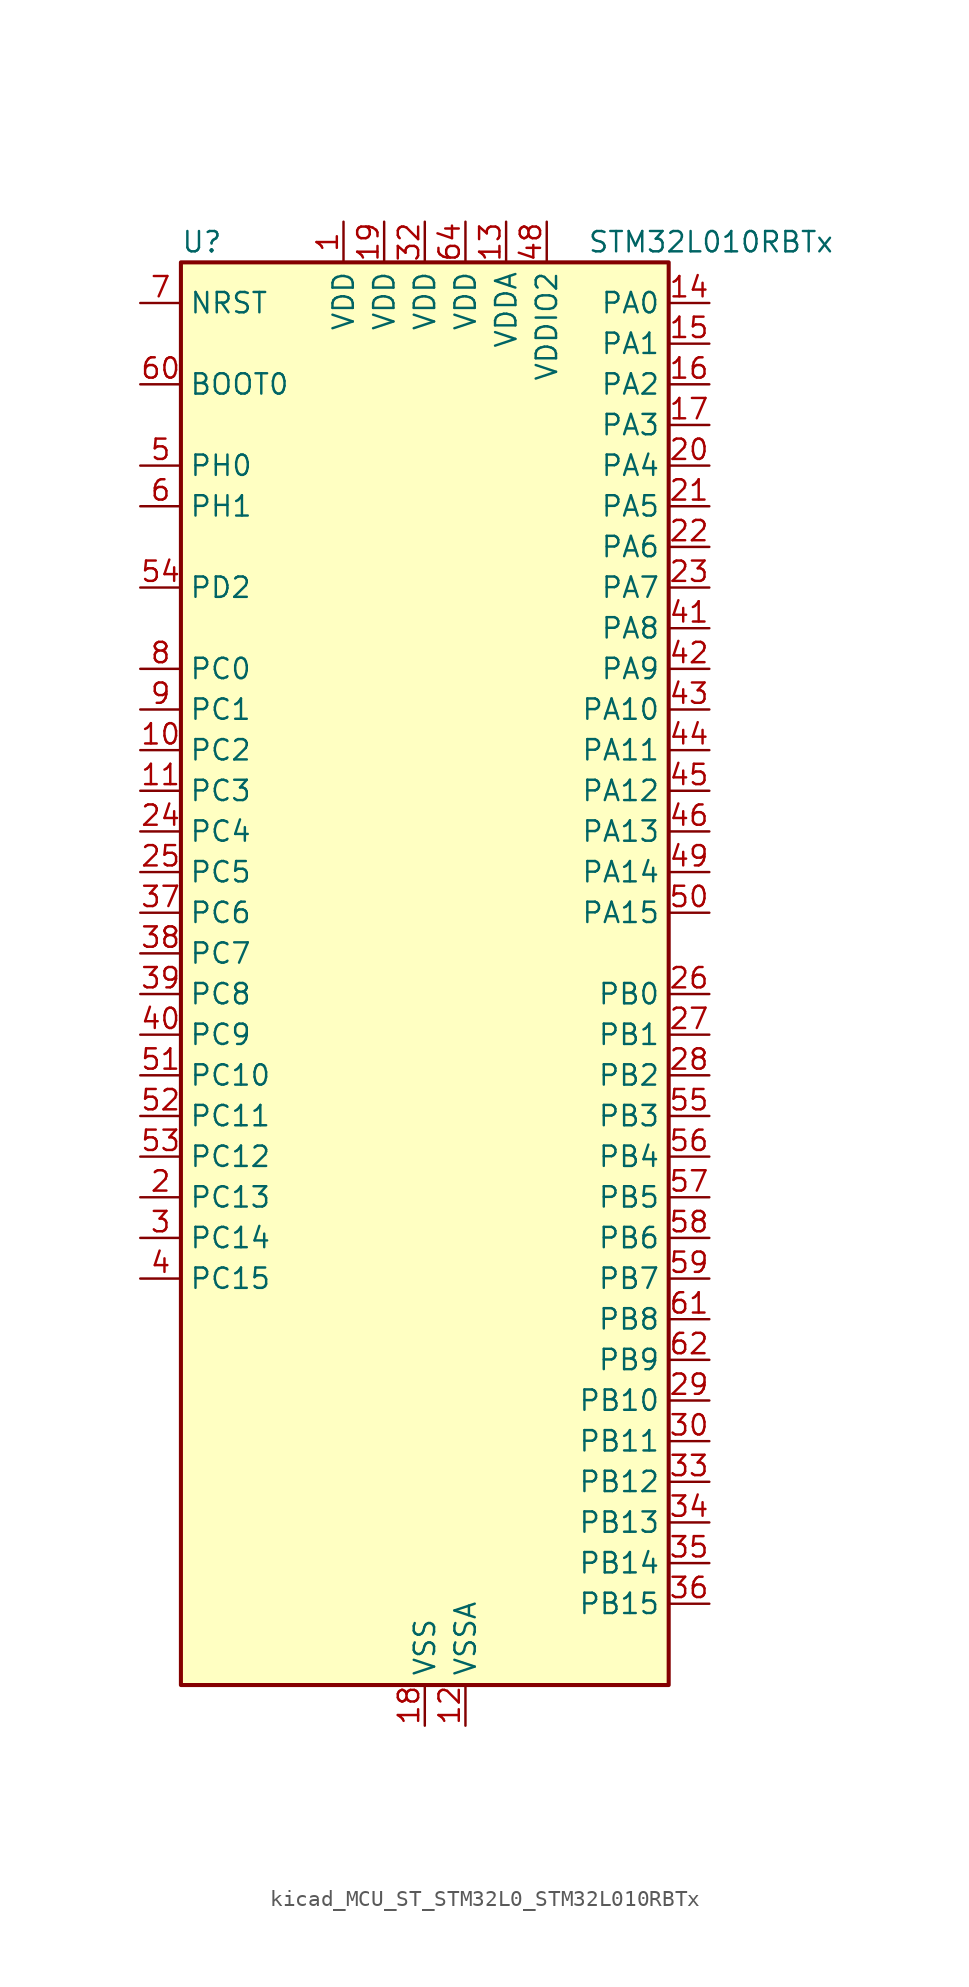
<source format=kicad_sym>
(kicad_symbol_lib
  (version 20220914)
  (generator kicad_symbol_editor)
  (symbol "kicad_MCU_ST_STM32L0_STM32L010RBTx"
    (property "Reference" "U"
      (at -15.24 46.99 0)
      (effects (font (size 1.27 1.27)) (justify left)))
    (property "Value" "STM32L010RBTx"
      (at 10.16 46.99 0)
      (effects (font (size 1.27 1.27)) (justify left)))
    (property "ki_locked" ""
      (at 0 0 0)
      (effects (font (size 1.27 1.27))))
    (symbol "kicad_MCU_ST_STM32L0_STM32L010RBTx_0_1"
      (rectangle (start -15.24 -43.18) (end 15.24 45.72) (stroke (width 0.254) (type default)) (fill (type background))))
    (symbol "kicad_MCU_ST_STM32L0_STM32L010RBTx_1_1"
      (pin power_in line (at -5.08 48.26 270) (length 2.54) (name "VDD" (effects (font (size 1.27 1.27)))) (number "1" (effects (font (size 1.27 1.27)))))
      (pin bidirectional line (at -17.78 15.24 0) (length 2.54) (name "PC2" (effects (font (size 1.27 1.27)))) (number "10" (effects (font (size 1.27 1.27)))) (alternate "ADC_IN12" bidirectional line) (alternate "LPTIM1_IN2" bidirectional line))
      (pin bidirectional line (at -17.78 12.7 0) (length 2.54) (name "PC3" (effects (font (size 1.27 1.27)))) (number "11" (effects (font (size 1.27 1.27)))) (alternate "ADC_IN13" bidirectional line) (alternate "LPTIM1_ETR" bidirectional line))
      (pin power_in line (at 2.54 -45.72 90) (length 2.54) (name "VSSA" (effects (font (size 1.27 1.27)))) (number "12" (effects (font (size 1.27 1.27)))))
      (pin power_in line (at 5.08 48.26 270) (length 2.54) (name "VDDA" (effects (font (size 1.27 1.27)))) (number "13" (effects (font (size 1.27 1.27)))))
      (pin bidirectional line (at 17.78 43.18 180) (length 2.54) (name "PA0" (effects (font (size 1.27 1.27)))) (number "14" (effects (font (size 1.27 1.27)))) (alternate "ADC_IN0" bidirectional line) (alternate "RTC_TAMP2" bidirectional line) (alternate "SYS_WKUP1" bidirectional line) (alternate "TIM2_CH1" bidirectional line) (alternate "TIM2_ETR" bidirectional line) (alternate "USART2_CTS" bidirectional line))
      (pin bidirectional line (at 17.78 40.64 180) (length 2.54) (name "PA1" (effects (font (size 1.27 1.27)))) (number "15" (effects (font (size 1.27 1.27)))) (alternate "ADC_IN1" bidirectional line) (alternate "TIM21_ETR" bidirectional line) (alternate "TIM2_CH2" bidirectional line) (alternate "USART2_DE" bidirectional line) (alternate "USART2_RTS" bidirectional line))
      (pin bidirectional line (at 17.78 38.1 180) (length 2.54) (name "PA2" (effects (font (size 1.27 1.27)))) (number "16" (effects (font (size 1.27 1.27)))) (alternate "ADC_IN2" bidirectional line) (alternate "LPUART1_TX" bidirectional line) (alternate "TIM21_CH1" bidirectional line) (alternate "TIM2_CH3" bidirectional line) (alternate "USART2_TX" bidirectional line))
      (pin bidirectional line (at 17.78 35.56 180) (length 2.54) (name "PA3" (effects (font (size 1.27 1.27)))) (number "17" (effects (font (size 1.27 1.27)))) (alternate "ADC_IN3" bidirectional line) (alternate "LPUART1_RX" bidirectional line) (alternate "TIM21_CH2" bidirectional line) (alternate "TIM2_CH4" bidirectional line) (alternate "USART2_RX" bidirectional line))
      (pin power_in line (at 0 -45.72 90) (length 2.54) (name "VSS" (effects (font (size 1.27 1.27)))) (number "18" (effects (font (size 1.27 1.27)))))
      (pin power_in line (at -2.54 48.26 270) (length 2.54) (name "VDD" (effects (font (size 1.27 1.27)))) (number "19" (effects (font (size 1.27 1.27)))))
      (pin bidirectional line (at -17.78 -12.7 0) (length 2.54) (name "PC13" (effects (font (size 1.27 1.27)))) (number "2" (effects (font (size 1.27 1.27)))) (alternate "RTC_OUT_ALARM" bidirectional line) (alternate "RTC_OUT_CALIB" bidirectional line) (alternate "RTC_TAMP1" bidirectional line) (alternate "RTC_TS" bidirectional line) (alternate "SYS_WKUP2" bidirectional line))
      (pin bidirectional line (at 17.78 33.02 180) (length 2.54) (name "PA4" (effects (font (size 1.27 1.27)))) (number "20" (effects (font (size 1.27 1.27)))) (alternate "ADC_IN4" bidirectional line) (alternate "SPI1_NSS" bidirectional line) (alternate "TIM22_ETR" bidirectional line) (alternate "USART2_CK" bidirectional line))
      (pin bidirectional line (at 17.78 30.48 180) (length 2.54) (name "PA5" (effects (font (size 1.27 1.27)))) (number "21" (effects (font (size 1.27 1.27)))) (alternate "ADC_IN5" bidirectional line) (alternate "SPI1_SCK" bidirectional line) (alternate "TIM2_CH1" bidirectional line) (alternate "TIM2_ETR" bidirectional line))
      (pin bidirectional line (at 17.78 27.94 180) (length 2.54) (name "PA6" (effects (font (size 1.27 1.27)))) (number "22" (effects (font (size 1.27 1.27)))) (alternate "ADC_IN6" bidirectional line) (alternate "LPUART1_CTS" bidirectional line) (alternate "SPI1_MISO" bidirectional line) (alternate "TIM22_CH1" bidirectional line))
      (pin bidirectional line (at 17.78 25.4 180) (length 2.54) (name "PA7" (effects (font (size 1.27 1.27)))) (number "23" (effects (font (size 1.27 1.27)))) (alternate "ADC_IN7" bidirectional line) (alternate "SPI1_MOSI" bidirectional line) (alternate "TIM22_CH2" bidirectional line))
      (pin bidirectional line (at -17.78 10.16 0) (length 2.54) (name "PC4" (effects (font (size 1.27 1.27)))) (number "24" (effects (font (size 1.27 1.27)))) (alternate "ADC_IN14" bidirectional line) (alternate "LPUART1_TX" bidirectional line))
      (pin bidirectional line (at -17.78 7.62 0) (length 2.54) (name "PC5" (effects (font (size 1.27 1.27)))) (number "25" (effects (font (size 1.27 1.27)))) (alternate "ADC_IN15" bidirectional line) (alternate "LPUART1_RX" bidirectional line))
      (pin bidirectional line (at 17.78 0 180) (length 2.54) (name "PB0" (effects (font (size 1.27 1.27)))) (number "26" (effects (font (size 1.27 1.27)))) (alternate "ADC_IN8" bidirectional line) (alternate "SYS_VREF_OUT_PB0" bidirectional line))
      (pin bidirectional line (at 17.78 -2.54 180) (length 2.54) (name "PB1" (effects (font (size 1.27 1.27)))) (number "27" (effects (font (size 1.27 1.27)))) (alternate "ADC_IN9" bidirectional line) (alternate "LPUART1_DE" bidirectional line) (alternate "LPUART1_RTS" bidirectional line) (alternate "SYS_VREF_OUT_PB1" bidirectional line))
      (pin bidirectional line (at 17.78 -5.08 180) (length 2.54) (name "PB2" (effects (font (size 1.27 1.27)))) (number "28" (effects (font (size 1.27 1.27)))) (alternate "LPTIM1_OUT" bidirectional line))
      (pin bidirectional line (at 17.78 -25.4 180) (length 2.54) (name "PB10" (effects (font (size 1.27 1.27)))) (number "29" (effects (font (size 1.27 1.27)))) (alternate "LPUART1_RX" bidirectional line) (alternate "LPUART1_TX" bidirectional line) (alternate "TIM2_CH3" bidirectional line))
      (pin bidirectional line (at -17.78 -15.24 0) (length 2.54) (name "PC14" (effects (font (size 1.27 1.27)))) (number "3" (effects (font (size 1.27 1.27)))) (alternate "RCC_OSC32_IN" bidirectional line))
      (pin bidirectional line (at 17.78 -27.94 180) (length 2.54) (name "PB11" (effects (font (size 1.27 1.27)))) (number "30" (effects (font (size 1.27 1.27)))) (alternate "ADC_EXTI11" bidirectional line) (alternate "LPUART1_RX" bidirectional line) (alternate "LPUART1_TX" bidirectional line) (alternate "TIM2_CH4" bidirectional line))
      (pin passive line (at 0 -45.72 90) (length 2.54) hide (name "VSS" (effects (font (size 1.27 1.27)))) (number "31" (effects (font (size 1.27 1.27)))))
      (pin power_in line (at 0 48.26 270) (length 2.54) (name "VDD" (effects (font (size 1.27 1.27)))) (number "32" (effects (font (size 1.27 1.27)))))
      (pin bidirectional line (at 17.78 -30.48 180) (length 2.54) (name "PB12" (effects (font (size 1.27 1.27)))) (number "33" (effects (font (size 1.27 1.27)))) (alternate "LPUART1_DE" bidirectional line) (alternate "LPUART1_RTS" bidirectional line))
      (pin bidirectional line (at 17.78 -33.02 180) (length 2.54) (name "PB13" (effects (font (size 1.27 1.27)))) (number "34" (effects (font (size 1.27 1.27)))) (alternate "LPUART1_CTS" bidirectional line) (alternate "RCC_MCO" bidirectional line) (alternate "TIM21_CH1" bidirectional line))
      (pin bidirectional line (at 17.78 -35.56 180) (length 2.54) (name "PB14" (effects (font (size 1.27 1.27)))) (number "35" (effects (font (size 1.27 1.27)))) (alternate "LPUART1_DE" bidirectional line) (alternate "LPUART1_RTS" bidirectional line) (alternate "RTC_OUT_ALARM" bidirectional line) (alternate "RTC_OUT_CALIB" bidirectional line) (alternate "TIM21_CH2" bidirectional line))
      (pin bidirectional line (at 17.78 -38.1 180) (length 2.54) (name "PB15" (effects (font (size 1.27 1.27)))) (number "36" (effects (font (size 1.27 1.27)))) (alternate "RTC_REFIN" bidirectional line))
      (pin bidirectional line (at -17.78 5.08 0) (length 2.54) (name "PC6" (effects (font (size 1.27 1.27)))) (number "37" (effects (font (size 1.27 1.27)))) (alternate "TIM22_CH1" bidirectional line))
      (pin bidirectional line (at -17.78 2.54 0) (length 2.54) (name "PC7" (effects (font (size 1.27 1.27)))) (number "38" (effects (font (size 1.27 1.27)))) (alternate "TIM22_CH2" bidirectional line))
      (pin bidirectional line (at -17.78 0 0) (length 2.54) (name "PC8" (effects (font (size 1.27 1.27)))) (number "39" (effects (font (size 1.27 1.27)))) (alternate "TIM22_ETR" bidirectional line))
      (pin bidirectional line (at -17.78 -17.78 0) (length 2.54) (name "PC15" (effects (font (size 1.27 1.27)))) (number "4" (effects (font (size 1.27 1.27)))) (alternate "RCC_OSC32_OUT" bidirectional line))
      (pin bidirectional line (at -17.78 -2.54 0) (length 2.54) (name "PC9" (effects (font (size 1.27 1.27)))) (number "40" (effects (font (size 1.27 1.27)))) (alternate "TIM21_ETR" bidirectional line))
      (pin bidirectional line (at 17.78 22.86 180) (length 2.54) (name "PA8" (effects (font (size 1.27 1.27)))) (number "41" (effects (font (size 1.27 1.27)))) (alternate "RCC_MCO" bidirectional line))
      (pin bidirectional line (at 17.78 20.32 180) (length 2.54) (name "PA9" (effects (font (size 1.27 1.27)))) (number "42" (effects (font (size 1.27 1.27)))) (alternate "I2C1_SCL" bidirectional line) (alternate "RCC_MCO" bidirectional line))
      (pin bidirectional line (at 17.78 17.78 180) (length 2.54) (name "PA10" (effects (font (size 1.27 1.27)))) (number "43" (effects (font (size 1.27 1.27)))) (alternate "I2C1_SDA" bidirectional line))
      (pin bidirectional line (at 17.78 15.24 180) (length 2.54) (name "PA11" (effects (font (size 1.27 1.27)))) (number "44" (effects (font (size 1.27 1.27)))) (alternate "ADC_EXTI11" bidirectional line) (alternate "SPI1_MISO" bidirectional line))
      (pin bidirectional line (at 17.78 12.7 180) (length 2.54) (name "PA12" (effects (font (size 1.27 1.27)))) (number "45" (effects (font (size 1.27 1.27)))) (alternate "SPI1_MOSI" bidirectional line))
      (pin bidirectional line (at 17.78 10.16 180) (length 2.54) (name "PA13" (effects (font (size 1.27 1.27)))) (number "46" (effects (font (size 1.27 1.27)))) (alternate "LPUART1_RX" bidirectional line) (alternate "SYS_SWDIO" bidirectional line))
      (pin passive line (at 0 -45.72 90) (length 2.54) hide (name "VSS" (effects (font (size 1.27 1.27)))) (number "47" (effects (font (size 1.27 1.27)))))
      (pin power_in line (at 7.62 48.26 270) (length 2.54) (name "VDDIO2" (effects (font (size 1.27 1.27)))) (number "48" (effects (font (size 1.27 1.27)))))
      (pin bidirectional line (at 17.78 7.62 180) (length 2.54) (name "PA14" (effects (font (size 1.27 1.27)))) (number "49" (effects (font (size 1.27 1.27)))) (alternate "LPUART1_TX" bidirectional line) (alternate "SYS_SWCLK" bidirectional line) (alternate "USART2_TX" bidirectional line))
      (pin bidirectional line (at -17.78 33.02 0) (length 2.54) (name "PH0" (effects (font (size 1.27 1.27)))) (number "5" (effects (font (size 1.27 1.27)))) (alternate "RCC_OSC_IN" bidirectional line))
      (pin bidirectional line (at 17.78 5.08 180) (length 2.54) (name "PA15" (effects (font (size 1.27 1.27)))) (number "50" (effects (font (size 1.27 1.27)))) (alternate "SPI1_NSS" bidirectional line) (alternate "TIM2_CH1" bidirectional line) (alternate "TIM2_ETR" bidirectional line) (alternate "USART2_RX" bidirectional line))
      (pin bidirectional line (at -17.78 -5.08 0) (length 2.54) (name "PC10" (effects (font (size 1.27 1.27)))) (number "51" (effects (font (size 1.27 1.27)))) (alternate "LPUART1_TX" bidirectional line))
      (pin bidirectional line (at -17.78 -7.62 0) (length 2.54) (name "PC11" (effects (font (size 1.27 1.27)))) (number "52" (effects (font (size 1.27 1.27)))) (alternate "ADC_EXTI11" bidirectional line) (alternate "LPUART1_RX" bidirectional line))
      (pin bidirectional line (at -17.78 -10.16 0) (length 2.54) (name "PC12" (effects (font (size 1.27 1.27)))) (number "53" (effects (font (size 1.27 1.27)))))
      (pin bidirectional line (at -17.78 25.4 0) (length 2.54) (name "PD2" (effects (font (size 1.27 1.27)))) (number "54" (effects (font (size 1.27 1.27)))) (alternate "LPUART1_DE" bidirectional line) (alternate "LPUART1_RTS" bidirectional line))
      (pin bidirectional line (at 17.78 -7.62 180) (length 2.54) (name "PB3" (effects (font (size 1.27 1.27)))) (number "55" (effects (font (size 1.27 1.27)))) (alternate "SPI1_SCK" bidirectional line) (alternate "TIM2_CH2" bidirectional line))
      (pin bidirectional line (at 17.78 -10.16 180) (length 2.54) (name "PB4" (effects (font (size 1.27 1.27)))) (number "56" (effects (font (size 1.27 1.27)))) (alternate "SPI1_MISO" bidirectional line) (alternate "TIM22_CH1" bidirectional line))
      (pin bidirectional line (at 17.78 -12.7 180) (length 2.54) (name "PB5" (effects (font (size 1.27 1.27)))) (number "57" (effects (font (size 1.27 1.27)))) (alternate "I2C1_SMBA" bidirectional line) (alternate "LPTIM1_IN1" bidirectional line) (alternate "SPI1_MOSI" bidirectional line) (alternate "TIM22_CH2" bidirectional line))
      (pin bidirectional line (at 17.78 -15.24 180) (length 2.54) (name "PB6" (effects (font (size 1.27 1.27)))) (number "58" (effects (font (size 1.27 1.27)))) (alternate "I2C1_SCL" bidirectional line) (alternate "LPTIM1_ETR" bidirectional line))
      (pin bidirectional line (at 17.78 -17.78 180) (length 2.54) (name "PB7" (effects (font (size 1.27 1.27)))) (number "59" (effects (font (size 1.27 1.27)))) (alternate "I2C1_SDA" bidirectional line) (alternate "LPTIM1_IN2" bidirectional line) (alternate "SYS_PVD_IN" bidirectional line))
      (pin bidirectional line (at -17.78 30.48 0) (length 2.54) (name "PH1" (effects (font (size 1.27 1.27)))) (number "6" (effects (font (size 1.27 1.27)))) (alternate "RCC_OSC_OUT" bidirectional line))
      (pin input line (at -17.78 38.1 0) (length 2.54) (name "BOOT0" (effects (font (size 1.27 1.27)))) (number "60" (effects (font (size 1.27 1.27)))))
      (pin bidirectional line (at 17.78 -20.32 180) (length 2.54) (name "PB8" (effects (font (size 1.27 1.27)))) (number "61" (effects (font (size 1.27 1.27)))) (alternate "I2C1_SCL" bidirectional line))
      (pin bidirectional line (at 17.78 -22.86 180) (length 2.54) (name "PB9" (effects (font (size 1.27 1.27)))) (number "62" (effects (font (size 1.27 1.27)))) (alternate "I2C1_SDA" bidirectional line))
      (pin passive line (at 0 -45.72 90) (length 2.54) hide (name "VSS" (effects (font (size 1.27 1.27)))) (number "63" (effects (font (size 1.27 1.27)))))
      (pin power_in line (at 2.54 48.26 270) (length 2.54) (name "VDD" (effects (font (size 1.27 1.27)))) (number "64" (effects (font (size 1.27 1.27)))))
      (pin input line (at -17.78 43.18 0) (length 2.54) (name "NRST" (effects (font (size 1.27 1.27)))) (number "7" (effects (font (size 1.27 1.27)))))
      (pin bidirectional line (at -17.78 20.32 0) (length 2.54) (name "PC0" (effects (font (size 1.27 1.27)))) (number "8" (effects (font (size 1.27 1.27)))) (alternate "ADC_IN10" bidirectional line) (alternate "LPTIM1_IN1" bidirectional line) (alternate "LPUART1_RX" bidirectional line))
      (pin bidirectional line (at -17.78 17.78 0) (length 2.54) (name "PC1" (effects (font (size 1.27 1.27)))) (number "9" (effects (font (size 1.27 1.27)))) (alternate "ADC_IN11" bidirectional line) (alternate "LPTIM1_OUT" bidirectional line) (alternate "LPUART1_TX" bidirectional line)))))
</source>
